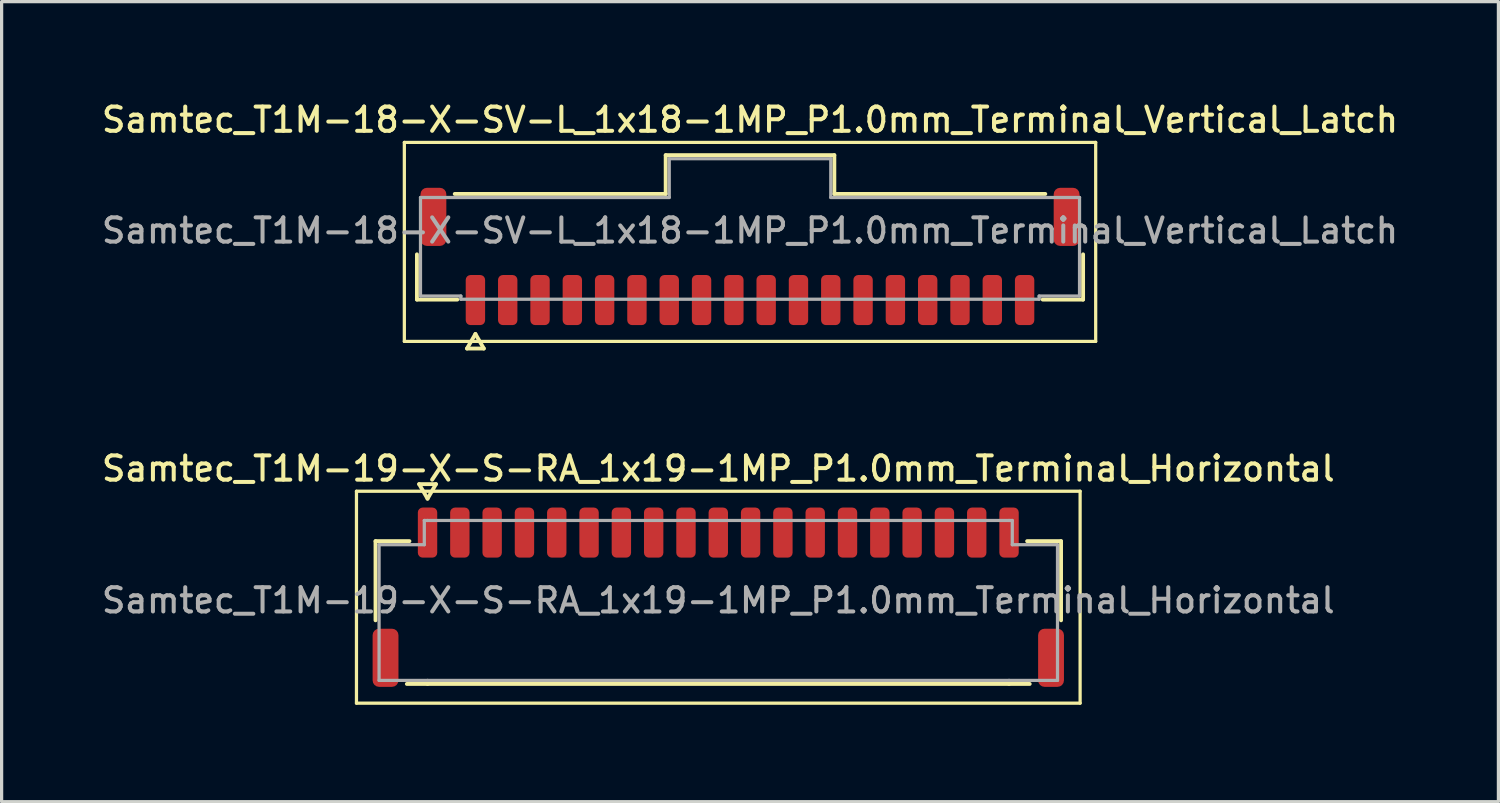
<source format=kicad_pcb>
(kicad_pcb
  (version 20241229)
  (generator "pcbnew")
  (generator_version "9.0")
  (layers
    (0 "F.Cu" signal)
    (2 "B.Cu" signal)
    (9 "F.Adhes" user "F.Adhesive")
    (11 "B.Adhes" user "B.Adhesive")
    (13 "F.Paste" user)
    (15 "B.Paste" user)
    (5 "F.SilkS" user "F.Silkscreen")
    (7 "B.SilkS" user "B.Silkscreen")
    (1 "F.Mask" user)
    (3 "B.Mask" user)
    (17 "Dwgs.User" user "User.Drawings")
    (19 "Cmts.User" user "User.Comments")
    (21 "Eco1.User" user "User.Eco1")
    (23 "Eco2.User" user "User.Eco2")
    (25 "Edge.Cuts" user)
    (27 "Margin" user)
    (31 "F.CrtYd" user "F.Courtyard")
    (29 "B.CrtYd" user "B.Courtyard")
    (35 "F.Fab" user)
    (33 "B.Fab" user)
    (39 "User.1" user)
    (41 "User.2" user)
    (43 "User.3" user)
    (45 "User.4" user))
  (footprint "Samtec_T1M-19-X-S-RA_1x19-1MP_P1.0mm_Terminal_Horizontal"
    (layer "F.Cu")
    (at 19.184 15.536)
    (property "Reference" "Samtec_T1M-19-X-S-RA_1x19-1MP_P1.0mm_Terminal_Horizontal" (at 0 -4.08 0) (layer "F.SilkS") (effects (font (size 0.75 0.75) (thickness 0.125))))
    (attr smd)
    (fp_line (start -11.2 -3.38) (end -11.2 3.18) (stroke (width 0.1) (type solid)) (layer "F.SilkS"))
    (fp_line (start -11.2 3.18) (end 11.2 3.18) (stroke (width 0.1) (type solid)) (layer "F.SilkS"))
    (fp_line (start -10.61 -1.835) (end -9.56 -1.835) (stroke (width 0.12) (type solid)) (layer "F.SilkS"))
    (fp_line (start -10.61 0.615) (end -10.61 -1.835) (stroke (width 0.12) (type solid)) (layer "F.SilkS"))
    (fp_line (start -9.26 -3.6) (end -9 -3.15) (stroke (width 0.12) (type solid)) (layer "F.SilkS"))
    (fp_line (start -9 -3.15) (end -8.74 -3.6) (stroke (width 0.12) (type solid)) (layer "F.SilkS"))
    (fp_line (start -9 2.585) (end -9.64 2.585) (stroke (width 0.12) (type solid)) (layer "F.SilkS"))
    (fp_line (start -8.74 -3.6) (end -9.26 -3.6) (stroke (width 0.12) (type solid)) (layer "F.SilkS"))
    (fp_line (start 9 2.585) (end -9 2.585) (stroke (width 0.12) (type solid)) (layer "F.SilkS"))
    (fp_line (start 9.56 -1.835) (end 10.61 -1.835) (stroke (width 0.12) (type solid)) (layer "F.SilkS"))
    (fp_line (start 9.64 2.585) (end 9 2.585) (stroke (width 0.12) (type solid)) (layer "F.SilkS"))
    (fp_line (start 10.61 -1.835) (end 10.61 0.615) (stroke (width 0.12) (type solid)) (layer "F.SilkS"))
    (fp_line (start 11.2 -3.38) (end -11.2 -3.38) (stroke (width 0.1) (type solid)) (layer "F.SilkS"))
    (fp_line (start 11.2 3.18) (end 11.2 -3.38) (stroke (width 0.1) (type solid)) (layer "F.SilkS"))
    (fp_line (start -10.5 -1.725) (end -9.1 -1.725) (stroke (width 0.1) (type solid)) (layer "F.Fab"))
    (fp_line (start -10.5 2.475) (end -10.5 -1.725) (stroke (width 0.1) (type solid)) (layer "F.Fab"))
    (fp_line (start -9.1 -2.475) (end -9 -2.475) (stroke (width 0.1) (type solid)) (layer "F.Fab"))
    (fp_line (start -9.1 -1.725) (end -9.1 -2.475) (stroke (width 0.1) (type solid)) (layer "F.Fab"))
    (fp_line (start -9 -2.475) (end 9 -2.475) (stroke (width 0.1) (type solid)) (layer "F.Fab"))
    (fp_line (start -9 2.475) (end -10.5 2.475) (stroke (width 0.1) (type solid)) (layer "F.Fab"))
    (fp_line (start 9 -2.475) (end 9.1 -2.475) (stroke (width 0.1) (type solid)) (layer "F.Fab"))
    (fp_line (start 9 2.475) (end -9 2.475) (stroke (width 0.1) (type solid)) (layer "F.Fab"))
    (fp_line (start 9.1 -2.475) (end 9.1 -1.725) (stroke (width 0.1) (type solid)) (layer "F.Fab"))
    (fp_line (start 9.1 -1.725) (end 10.5 -1.725) (stroke (width 0.1) (type solid)) (layer "F.Fab"))
    (fp_line (start 10.5 -1.725) (end 10.5 2.475) (stroke (width 0.1) (type solid)) (layer "F.Fab"))
    (fp_line (start 10.5 2.475) (end 9 2.475) (stroke (width 0.1) (type solid)) (layer "F.Fab"))
    (fp_text user "${REFERENCE}" (at 0 0 0) (layer "F.Fab") (effects (font (size 0.75 0.75) (thickness 0.125))))
    (pad "1" smd roundrect (at -9 -2.1) (size 0.6 1.55) (layers "F.Cu" "F.Mask" "F.Paste") (roundrect_rratio 0.25))
    (pad "2" smd roundrect (at -8 -2.1) (size 0.6 1.55) (layers "F.Cu" "F.Mask" "F.Paste") (roundrect_rratio 0.25))
    (pad "3" smd roundrect (at -7 -2.1) (size 0.6 1.55) (layers "F.Cu" "F.Mask" "F.Paste") (roundrect_rratio 0.25))
    (pad "4" smd roundrect (at -6 -2.1) (size 0.6 1.55) (layers "F.Cu" "F.Mask" "F.Paste") (roundrect_rratio 0.25))
    (pad "5" smd roundrect (at -5 -2.1) (size 0.6 1.55) (layers "F.Cu" "F.Mask" "F.Paste") (roundrect_rratio 0.25))
    (pad "6" smd roundrect (at -4 -2.1) (size 0.6 1.55) (layers "F.Cu" "F.Mask" "F.Paste") (roundrect_rratio 0.25))
    (pad "7" smd roundrect (at -3 -2.1) (size 0.6 1.55) (layers "F.Cu" "F.Mask" "F.Paste") (roundrect_rratio 0.25))
    (pad "8" smd roundrect (at -2 -2.1) (size 0.6 1.55) (layers "F.Cu" "F.Mask" "F.Paste") (roundrect_rratio 0.25))
    (pad "9" smd roundrect (at -1 -2.1) (size 0.6 1.55) (layers "F.Cu" "F.Mask" "F.Paste") (roundrect_rratio 0.25))
    (pad "10" smd roundrect (at 0 -2.1) (size 0.6 1.55) (layers "F.Cu" "F.Mask" "F.Paste") (roundrect_rratio 0.25))
    (pad "11" smd roundrect (at 1 -2.1) (size 0.6 1.55) (layers "F.Cu" "F.Mask" "F.Paste") (roundrect_rratio 0.25))
    (pad "12" smd roundrect (at 2 -2.1) (size 0.6 1.55) (layers "F.Cu" "F.Mask" "F.Paste") (roundrect_rratio 0.25))
    (pad "13" smd roundrect (at 3 -2.1) (size 0.6 1.55) (layers "F.Cu" "F.Mask" "F.Paste") (roundrect_rratio 0.25))
    (pad "14" smd roundrect (at 4 -2.1) (size 0.6 1.55) (layers "F.Cu" "F.Mask" "F.Paste") (roundrect_rratio 0.25))
    (pad "15" smd roundrect (at 5 -2.1) (size 0.6 1.55) (layers "F.Cu" "F.Mask" "F.Paste") (roundrect_rratio 0.25))
    (pad "16" smd roundrect (at 6 -2.1) (size 0.6 1.55) (layers "F.Cu" "F.Mask" "F.Paste") (roundrect_rratio 0.25))
    (pad "17" smd roundrect (at 7 -2.1) (size 0.6 1.55) (layers "F.Cu" "F.Mask" "F.Paste") (roundrect_rratio 0.25))
    (pad "18" smd roundrect (at 8 -2.1) (size 0.6 1.55) (layers "F.Cu" "F.Mask" "F.Paste") (roundrect_rratio 0.25))
    (pad "19" smd roundrect (at 9 -2.1) (size 0.6 1.55) (layers "F.Cu" "F.Mask" "F.Paste") (roundrect_rratio 0.25))
    (pad "MP" smd roundrect (at -10.3 1.775) (size 0.8 1.8) (layers "F.Cu" "F.Mask" "F.Paste") (roundrect_rratio 0.25))
    (pad "MP" smd roundrect (at 10.3 1.775) (size 0.8 1.8) (layers "F.Cu" "F.Mask" "F.Paste") (roundrect_rratio 0.25)))
  (footprint "Samtec_T1M-18-X-SV-L_1x18-1MP_P1.0mm_Terminal_Vertical_Latch"
    (layer "F.Cu")
    (at 20.166 4.088)
    (property "Reference" "Samtec_T1M-18-X-SV-L_1x18-1MP_P1.0mm_Terminal_Vertical_Latch" (at 0 -3.43 0) (layer "F.SilkS") (effects (font (size 0.75 0.75) (thickness 0.125))))
    (attr smd)
    (fp_line (start -10.7 -2.73) (end -10.7 3.43) (stroke (width 0.1) (type solid)) (layer "F.SilkS"))
    (fp_line (start -10.7 3.43) (end 10.7 3.43) (stroke (width 0.1) (type solid)) (layer "F.SilkS"))
    (fp_line (start -10.31 2.135) (end -10.31 0.735) (stroke (width 0.12) (type solid)) (layer "F.SilkS"))
    (fp_line (start -9.14 -1.135) (end -2.61 -1.135) (stroke (width 0.12) (type solid)) (layer "F.SilkS"))
    (fp_line (start -9.06 2.135) (end -10.31 2.135) (stroke (width 0.12) (type solid)) (layer "F.SilkS"))
    (fp_line (start -8.76 3.65) (end -8.5 3.2) (stroke (width 0.12) (type solid)) (layer "F.SilkS"))
    (fp_line (start -8.5 3.2) (end -8.24 3.65) (stroke (width 0.12) (type solid)) (layer "F.SilkS"))
    (fp_line (start -8.24 3.65) (end -8.76 3.65) (stroke (width 0.12) (type solid)) (layer "F.SilkS"))
    (fp_line (start -2.61 -2.335) (end 2.61 -2.335) (stroke (width 0.12) (type solid)) (layer "F.SilkS"))
    (fp_line (start -2.61 -1.135) (end -2.61 -2.335) (stroke (width 0.12) (type solid)) (layer "F.SilkS"))
    (fp_line (start 2.61 -2.335) (end 2.61 -1.135) (stroke (width 0.12) (type solid)) (layer "F.SilkS"))
    (fp_line (start 2.61 -1.135) (end 9.14 -1.135) (stroke (width 0.12) (type solid)) (layer "F.SilkS"))
    (fp_line (start 10.31 0.735) (end 10.31 2.135) (stroke (width 0.12) (type solid)) (layer "F.SilkS"))
    (fp_line (start 10.31 2.135) (end 9.06 2.135) (stroke (width 0.12) (type solid)) (layer "F.SilkS"))
    (fp_line (start 10.7 -2.73) (end -10.7 -2.73) (stroke (width 0.1) (type solid)) (layer "F.SilkS"))
    (fp_line (start 10.7 3.43) (end 10.7 -2.73) (stroke (width 0.1) (type solid)) (layer "F.SilkS"))
    (fp_line (start -10.2 -1.025) (end -2.5 -1.025) (stroke (width 0.1) (type solid)) (layer "F.Fab"))
    (fp_line (start -10.2 2.025) (end -10.2 -1.025) (stroke (width 0.1) (type solid)) (layer "F.Fab"))
    (fp_line (start -8.95 2.025) (end -10.2 2.025) (stroke (width 0.1) (type solid)) (layer "F.Fab"))
    (fp_line (start -8.95 2.125) (end -8.95 2.025) (stroke (width 0.1) (type solid)) (layer "F.Fab"))
    (fp_line (start -2.5 -2.225) (end 2.5 -2.225) (stroke (width 0.1) (type solid)) (layer "F.Fab"))
    (fp_line (start -2.5 -1.025) (end -2.5 -2.225) (stroke (width 0.1) (type solid)) (layer "F.Fab"))
    (fp_line (start 2.5 -2.225) (end 2.5 -1.025) (stroke (width 0.1) (type solid)) (layer "F.Fab"))
    (fp_line (start 2.5 -1.025) (end 10.2 -1.025) (stroke (width 0.1) (type solid)) (layer "F.Fab"))
    (fp_line (start 8.95 2.025) (end 8.95 2.125) (stroke (width 0.1) (type solid)) (layer "F.Fab"))
    (fp_line (start 8.95 2.125) (end -8.95 2.125) (stroke (width 0.1) (type solid)) (layer "F.Fab"))
    (fp_line (start 10.2 -1.025) (end 10.2 2.025) (stroke (width 0.1) (type solid)) (layer "F.Fab"))
    (fp_line (start 10.2 2.025) (end 8.95 2.025) (stroke (width 0.1) (type solid)) (layer "F.Fab"))
    (fp_text user "${REFERENCE}" (at 0 0 0) (layer "F.Fab") (effects (font (size 0.75 0.75) (thickness 0.125))))
    (pad "1" smd roundrect (at -8.5 2.15) (size 0.6 1.55) (layers "F.Cu" "F.Mask" "F.Paste") (roundrect_rratio 0.25))
    (pad "2" smd roundrect (at -7.5 2.15) (size 0.6 1.55) (layers "F.Cu" "F.Mask" "F.Paste") (roundrect_rratio 0.25))
    (pad "3" smd roundrect (at -6.5 2.15) (size 0.6 1.55) (layers "F.Cu" "F.Mask" "F.Paste") (roundrect_rratio 0.25))
    (pad "4" smd roundrect (at -5.5 2.15) (size 0.6 1.55) (layers "F.Cu" "F.Mask" "F.Paste") (roundrect_rratio 0.25))
    (pad "5" smd roundrect (at -4.5 2.15) (size 0.6 1.55) (layers "F.Cu" "F.Mask" "F.Paste") (roundrect_rratio 0.25))
    (pad "6" smd roundrect (at -3.5 2.15) (size 0.6 1.55) (layers "F.Cu" "F.Mask" "F.Paste") (roundrect_rratio 0.25))
    (pad "7" smd roundrect (at -2.5 2.15) (size 0.6 1.55) (layers "F.Cu" "F.Mask" "F.Paste") (roundrect_rratio 0.25))
    (pad "8" smd roundrect (at -1.5 2.15) (size 0.6 1.55) (layers "F.Cu" "F.Mask" "F.Paste") (roundrect_rratio 0.25))
    (pad "9" smd roundrect (at -0.5 2.15) (size 0.6 1.55) (layers "F.Cu" "F.Mask" "F.Paste") (roundrect_rratio 0.25))
    (pad "10" smd roundrect (at 0.5 2.15) (size 0.6 1.55) (layers "F.Cu" "F.Mask" "F.Paste") (roundrect_rratio 0.25))
    (pad "11" smd roundrect (at 1.5 2.15) (size 0.6 1.55) (layers "F.Cu" "F.Mask" "F.Paste") (roundrect_rratio 0.25))
    (pad "12" smd roundrect (at 2.5 2.15) (size 0.6 1.55) (layers "F.Cu" "F.Mask" "F.Paste") (roundrect_rratio 0.25))
    (pad "13" smd roundrect (at 3.5 2.15) (size 0.6 1.55) (layers "F.Cu" "F.Mask" "F.Paste") (roundrect_rratio 0.25))
    (pad "14" smd roundrect (at 4.5 2.15) (size 0.6 1.55) (layers "F.Cu" "F.Mask" "F.Paste") (roundrect_rratio 0.25))
    (pad "15" smd roundrect (at 5.5 2.15) (size 0.6 1.55) (layers "F.Cu" "F.Mask" "F.Paste") (roundrect_rratio 0.25))
    (pad "16" smd roundrect (at 6.5 2.15) (size 0.6 1.55) (layers "F.Cu" "F.Mask" "F.Paste") (roundrect_rratio 0.25))
    (pad "17" smd roundrect (at 7.5 2.15) (size 0.6 1.55) (layers "F.Cu" "F.Mask" "F.Paste") (roundrect_rratio 0.25))
    (pad "18" smd roundrect (at 8.5 2.15) (size 0.6 1.55) (layers "F.Cu" "F.Mask" "F.Paste") (roundrect_rratio 0.25))
    (pad "MP" smd roundrect (at -9.8 -0.425) (size 0.8 1.8) (layers "F.Cu" "F.Mask" "F.Paste") (roundrect_rratio 0.25))
    (pad "MP" smd roundrect (at 9.8 -0.425) (size 0.8 1.8) (layers "F.Cu" "F.Mask" "F.Paste") (roundrect_rratio 0.25)))
  (gr_rect
    (start -3 -3)
    (end 43.332 21.766)
    (stroke (width 0.1) (type default))
    (fill no)
    (layer "Edge.Cuts")))
</source>
